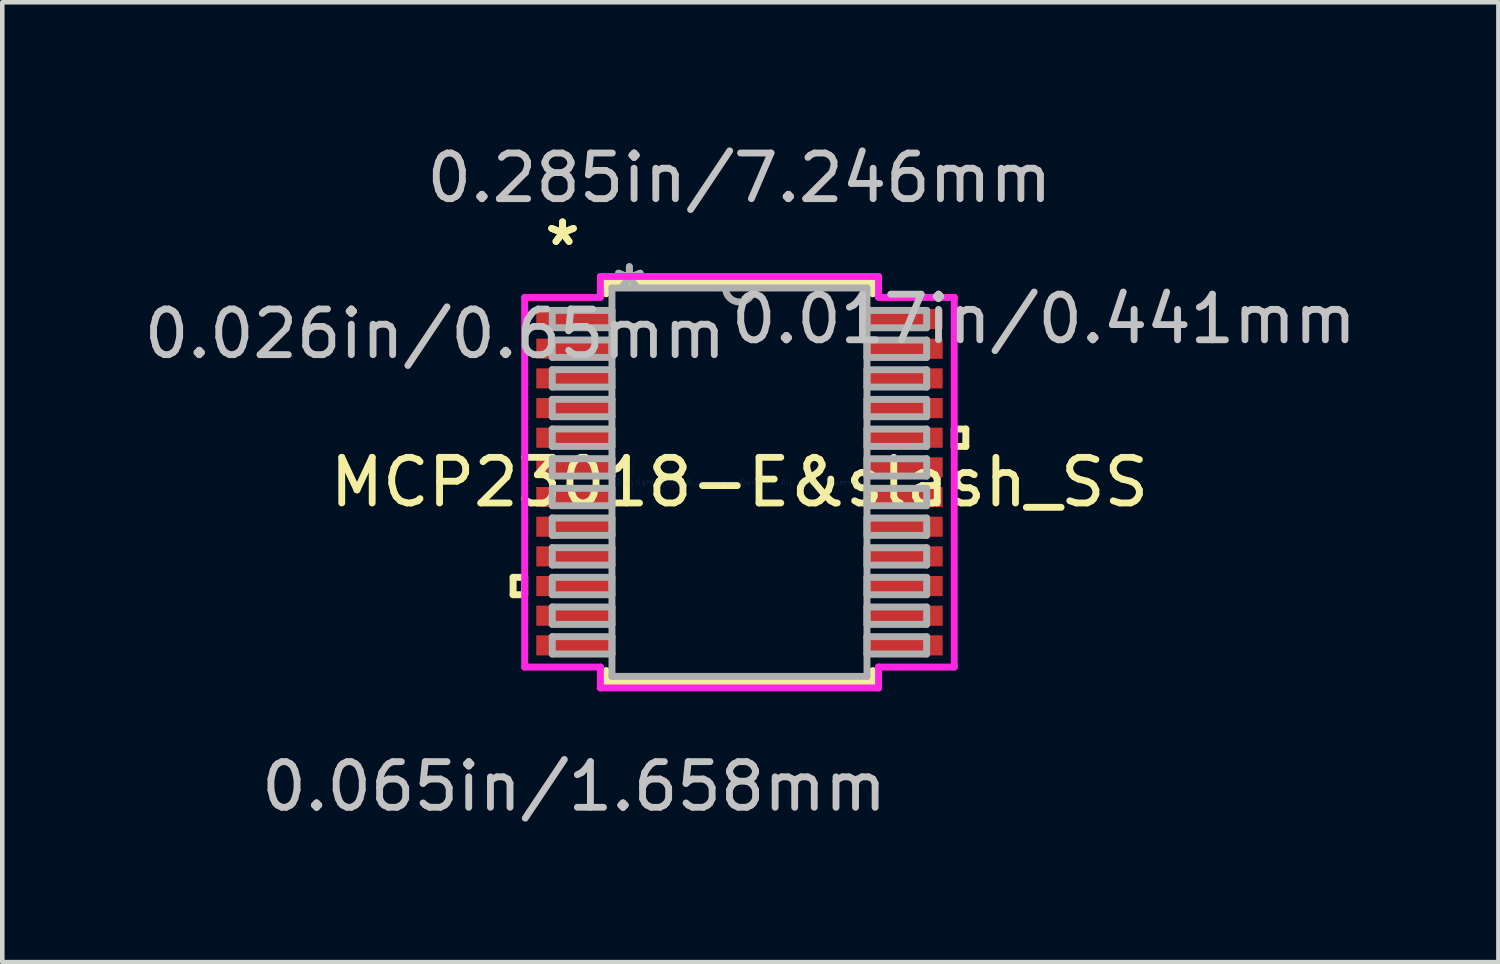
<source format=kicad_pcb>
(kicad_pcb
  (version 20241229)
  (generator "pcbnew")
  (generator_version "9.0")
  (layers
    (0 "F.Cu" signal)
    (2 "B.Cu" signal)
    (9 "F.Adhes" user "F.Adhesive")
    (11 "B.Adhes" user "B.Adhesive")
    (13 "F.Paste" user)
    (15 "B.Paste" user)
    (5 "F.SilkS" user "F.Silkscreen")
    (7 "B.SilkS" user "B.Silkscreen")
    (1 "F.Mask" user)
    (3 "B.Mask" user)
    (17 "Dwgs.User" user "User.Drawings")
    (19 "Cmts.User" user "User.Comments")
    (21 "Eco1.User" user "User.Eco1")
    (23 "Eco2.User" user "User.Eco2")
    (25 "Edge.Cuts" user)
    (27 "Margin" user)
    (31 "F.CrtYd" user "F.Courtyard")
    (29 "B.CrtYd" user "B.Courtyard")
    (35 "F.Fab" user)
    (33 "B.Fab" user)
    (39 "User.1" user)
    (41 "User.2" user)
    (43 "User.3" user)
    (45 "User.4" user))
  (footprint "MCP23018-E&slash_SS"
    (layer "F.Cu")
    (at 13.153 7.516)
    (property "Reference" "MCP23018-E&slash_SS" (at 0 0 0) (layer "F.SilkS") (effects (font (size 1 1) (thickness 0.15))))
    (attr through_hole)
    (fp_line (start -4.96 2.084) (end -4.96 2.465) (stroke (width 0.152) (type solid)) (layer "F.SilkS"))
    (fp_line (start -4.96 2.465) (end -4.706 2.465) (stroke (width 0.152) (type solid)) (layer "F.SilkS"))
    (fp_line (start -4.706 2.084) (end -4.96 2.084) (stroke (width 0.152) (type solid)) (layer "F.SilkS"))
    (fp_line (start -4.706 2.465) (end -4.706 2.084) (stroke (width 0.152) (type solid)) (layer "F.SilkS"))
    (fp_line (start -2.921 -4.381) (end -2.921 -4.128) (stroke (width 0.152) (type solid)) (layer "F.SilkS"))
    (fp_line (start -2.921 4.128) (end -2.921 4.381) (stroke (width 0.152) (type solid)) (layer "F.SilkS"))
    (fp_line (start -2.921 4.381) (end 2.921 4.381) (stroke (width 0.152) (type solid)) (layer "F.SilkS"))
    (fp_line (start 2.921 -4.381) (end -2.921 -4.381) (stroke (width 0.152) (type solid)) (layer "F.SilkS"))
    (fp_line (start 2.921 -4.128) (end 2.921 -4.381) (stroke (width 0.152) (type solid)) (layer "F.SilkS"))
    (fp_line (start 2.921 4.381) (end 2.921 4.128) (stroke (width 0.152) (type solid)) (layer "F.SilkS"))
    (fp_line (start 4.706 -1.165) (end 4.96 -1.165) (stroke (width 0.152) (type solid)) (layer "F.SilkS"))
    (fp_line (start 4.706 -0.784) (end 4.706 -1.165) (stroke (width 0.152) (type solid)) (layer "F.SilkS"))
    (fp_line (start 4.96 -1.165) (end 4.96 -0.784) (stroke (width 0.152) (type solid)) (layer "F.SilkS"))
    (fp_line (start 4.96 -0.784) (end 4.706 -0.784) (stroke (width 0.152) (type solid)) (layer "F.SilkS"))
    (fp_line (start -4.706 -4.05) (end -3.048 -4.05) (stroke (width 0.152) (type solid)) (layer "F.CrtYd"))
    (fp_line (start -4.706 4.05) (end -4.706 -4.05) (stroke (width 0.152) (type solid)) (layer "F.CrtYd"))
    (fp_line (start -3.048 -4.508) (end 3.048 -4.508) (stroke (width 0.152) (type solid)) (layer "F.CrtYd"))
    (fp_line (start -3.048 -4.05) (end -3.048 -4.508) (stroke (width 0.152) (type solid)) (layer "F.CrtYd"))
    (fp_line (start -3.048 4.05) (end -4.706 4.05) (stroke (width 0.152) (type solid)) (layer "F.CrtYd"))
    (fp_line (start -3.048 4.508) (end -3.048 4.05) (stroke (width 0.152) (type solid)) (layer "F.CrtYd"))
    (fp_line (start 3.048 -4.508) (end 3.048 -4.05) (stroke (width 0.152) (type solid)) (layer "F.CrtYd"))
    (fp_line (start 3.048 -4.05) (end 4.706 -4.05) (stroke (width 0.152) (type solid)) (layer "F.CrtYd"))
    (fp_line (start 3.048 4.05) (end 3.048 4.508) (stroke (width 0.152) (type solid)) (layer "F.CrtYd"))
    (fp_line (start 3.048 4.508) (end -3.048 4.508) (stroke (width 0.152) (type solid)) (layer "F.CrtYd"))
    (fp_line (start 4.706 -4.05) (end 4.706 4.05) (stroke (width 0.152) (type solid)) (layer "F.CrtYd"))
    (fp_line (start 4.706 4.05) (end 3.048 4.05) (stroke (width 0.152) (type solid)) (layer "F.CrtYd"))
    (fp_line (start -4.102 -3.765) (end -4.102 -3.385) (stroke (width 0.152) (type solid)) (layer "F.Fab"))
    (fp_line (start -4.102 -3.385) (end -2.794 -3.385) (stroke (width 0.152) (type solid)) (layer "F.Fab"))
    (fp_line (start -4.102 -3.116) (end -4.102 -2.735) (stroke (width 0.152) (type solid)) (layer "F.Fab"))
    (fp_line (start -4.102 -2.735) (end -2.794 -2.735) (stroke (width 0.152) (type solid)) (layer "F.Fab"))
    (fp_line (start -4.102 -2.466) (end -4.102 -2.085) (stroke (width 0.152) (type solid)) (layer "F.Fab"))
    (fp_line (start -4.102 -2.085) (end -2.794 -2.085) (stroke (width 0.152) (type solid)) (layer "F.Fab"))
    (fp_line (start -4.102 -1.816) (end -4.102 -1.435) (stroke (width 0.152) (type solid)) (layer "F.Fab"))
    (fp_line (start -4.102 -1.435) (end -2.794 -1.435) (stroke (width 0.152) (type solid)) (layer "F.Fab"))
    (fp_line (start -4.102 -1.166) (end -4.102 -0.785) (stroke (width 0.152) (type solid)) (layer "F.Fab"))
    (fp_line (start -4.102 -0.785) (end -2.794 -0.785) (stroke (width 0.152) (type solid)) (layer "F.Fab"))
    (fp_line (start -4.102 -0.516) (end -4.102 -0.135) (stroke (width 0.152) (type solid)) (layer "F.Fab"))
    (fp_line (start -4.102 -0.135) (end -2.794 -0.135) (stroke (width 0.152) (type solid)) (layer "F.Fab"))
    (fp_line (start -4.102 0.134) (end -4.102 0.515) (stroke (width 0.152) (type solid)) (layer "F.Fab"))
    (fp_line (start -4.102 0.515) (end -2.794 0.515) (stroke (width 0.152) (type solid)) (layer "F.Fab"))
    (fp_line (start -4.102 0.784) (end -4.102 1.165) (stroke (width 0.152) (type solid)) (layer "F.Fab"))
    (fp_line (start -4.102 1.165) (end -2.794 1.165) (stroke (width 0.152) (type solid)) (layer "F.Fab"))
    (fp_line (start -4.102 1.434) (end -4.102 1.815) (stroke (width 0.152) (type solid)) (layer "F.Fab"))
    (fp_line (start -4.102 1.815) (end -2.794 1.815) (stroke (width 0.152) (type solid)) (layer "F.Fab"))
    (fp_line (start -4.102 2.084) (end -4.102 2.465) (stroke (width 0.152) (type solid)) (layer "F.Fab"))
    (fp_line (start -4.102 2.465) (end -2.794 2.465) (stroke (width 0.152) (type solid)) (layer "F.Fab"))
    (fp_line (start -4.102 2.734) (end -4.102 3.115) (stroke (width 0.152) (type solid)) (layer "F.Fab"))
    (fp_line (start -4.102 3.115) (end -2.794 3.115) (stroke (width 0.152) (type solid)) (layer "F.Fab"))
    (fp_line (start -4.102 3.384) (end -4.102 3.765) (stroke (width 0.152) (type solid)) (layer "F.Fab"))
    (fp_line (start -4.102 3.765) (end -2.794 3.765) (stroke (width 0.152) (type solid)) (layer "F.Fab"))
    (fp_line (start -2.794 -4.255) (end -2.794 4.255) (stroke (width 0.152) (type solid)) (layer "F.Fab"))
    (fp_line (start -2.794 -3.765) (end -4.102 -3.765) (stroke (width 0.152) (type solid)) (layer "F.Fab"))
    (fp_line (start -2.794 -3.385) (end -2.794 -3.765) (stroke (width 0.152) (type solid)) (layer "F.Fab"))
    (fp_line (start -2.794 -3.116) (end -4.102 -3.116) (stroke (width 0.152) (type solid)) (layer "F.Fab"))
    (fp_line (start -2.794 -2.735) (end -2.794 -3.116) (stroke (width 0.152) (type solid)) (layer "F.Fab"))
    (fp_line (start -2.794 -2.466) (end -4.102 -2.466) (stroke (width 0.152) (type solid)) (layer "F.Fab"))
    (fp_line (start -2.794 -2.085) (end -2.794 -2.466) (stroke (width 0.152) (type solid)) (layer "F.Fab"))
    (fp_line (start -2.794 -1.816) (end -4.102 -1.816) (stroke (width 0.152) (type solid)) (layer "F.Fab"))
    (fp_line (start -2.794 -1.435) (end -2.794 -1.816) (stroke (width 0.152) (type solid)) (layer "F.Fab"))
    (fp_line (start -2.794 -1.166) (end -4.102 -1.166) (stroke (width 0.152) (type solid)) (layer "F.Fab"))
    (fp_line (start -2.794 -0.785) (end -2.794 -1.166) (stroke (width 0.152) (type solid)) (layer "F.Fab"))
    (fp_line (start -2.794 -0.516) (end -4.102 -0.516) (stroke (width 0.152) (type solid)) (layer "F.Fab"))
    (fp_line (start -2.794 -0.135) (end -2.794 -0.516) (stroke (width 0.152) (type solid)) (layer "F.Fab"))
    (fp_line (start -2.794 0.134) (end -4.102 0.134) (stroke (width 0.152) (type solid)) (layer "F.Fab"))
    (fp_line (start -2.794 0.515) (end -2.794 0.134) (stroke (width 0.152) (type solid)) (layer "F.Fab"))
    (fp_line (start -2.794 0.784) (end -4.102 0.784) (stroke (width 0.152) (type solid)) (layer "F.Fab"))
    (fp_line (start -2.794 1.165) (end -2.794 0.784) (stroke (width 0.152) (type solid)) (layer "F.Fab"))
    (fp_line (start -2.794 1.434) (end -4.102 1.434) (stroke (width 0.152) (type solid)) (layer "F.Fab"))
    (fp_line (start -2.794 1.815) (end -2.794 1.434) (stroke (width 0.152) (type solid)) (layer "F.Fab"))
    (fp_line (start -2.794 2.084) (end -4.102 2.084) (stroke (width 0.152) (type solid)) (layer "F.Fab"))
    (fp_line (start -2.794 2.465) (end -2.794 2.084) (stroke (width 0.152) (type solid)) (layer "F.Fab"))
    (fp_line (start -2.794 2.734) (end -4.102 2.734) (stroke (width 0.152) (type solid)) (layer "F.Fab"))
    (fp_line (start -2.794 3.115) (end -2.794 2.734) (stroke (width 0.152) (type solid)) (layer "F.Fab"))
    (fp_line (start -2.794 3.384) (end -4.102 3.384) (stroke (width 0.152) (type solid)) (layer "F.Fab"))
    (fp_line (start -2.794 3.765) (end -2.794 3.384) (stroke (width 0.152) (type solid)) (layer "F.Fab"))
    (fp_line (start -2.794 4.255) (end 2.794 4.255) (stroke (width 0.152) (type solid)) (layer "F.Fab"))
    (fp_line (start 2.794 -4.255) (end -2.794 -4.255) (stroke (width 0.152) (type solid)) (layer "F.Fab"))
    (fp_line (start 2.794 -3.765) (end 2.794 -3.384) (stroke (width 0.152) (type solid)) (layer "F.Fab"))
    (fp_line (start 2.794 -3.384) (end 4.102 -3.384) (stroke (width 0.152) (type solid)) (layer "F.Fab"))
    (fp_line (start 2.794 -3.115) (end 2.794 -2.734) (stroke (width 0.152) (type solid)) (layer "F.Fab"))
    (fp_line (start 2.794 -2.734) (end 4.102 -2.734) (stroke (width 0.152) (type solid)) (layer "F.Fab"))
    (fp_line (start 2.794 -2.465) (end 2.794 -2.084) (stroke (width 0.152) (type solid)) (layer "F.Fab"))
    (fp_line (start 2.794 -2.084) (end 4.102 -2.084) (stroke (width 0.152) (type solid)) (layer "F.Fab"))
    (fp_line (start 2.794 -1.815) (end 2.794 -1.434) (stroke (width 0.152) (type solid)) (layer "F.Fab"))
    (fp_line (start 2.794 -1.434) (end 4.102 -1.434) (stroke (width 0.152) (type solid)) (layer "F.Fab"))
    (fp_line (start 2.794 -1.165) (end 2.794 -0.784) (stroke (width 0.152) (type solid)) (layer "F.Fab"))
    (fp_line (start 2.794 -0.784) (end 4.102 -0.784) (stroke (width 0.152) (type solid)) (layer "F.Fab"))
    (fp_line (start 2.794 -0.515) (end 2.794 -0.134) (stroke (width 0.152) (type solid)) (layer "F.Fab"))
    (fp_line (start 2.794 -0.134) (end 4.102 -0.134) (stroke (width 0.152) (type solid)) (layer "F.Fab"))
    (fp_line (start 2.794 0.135) (end 2.794 0.516) (stroke (width 0.152) (type solid)) (layer "F.Fab"))
    (fp_line (start 2.794 0.516) (end 4.102 0.516) (stroke (width 0.152) (type solid)) (layer "F.Fab"))
    (fp_line (start 2.794 0.785) (end 2.794 1.166) (stroke (width 0.152) (type solid)) (layer "F.Fab"))
    (fp_line (start 2.794 1.166) (end 4.102 1.166) (stroke (width 0.152) (type solid)) (layer "F.Fab"))
    (fp_line (start 2.794 1.435) (end 2.794 1.816) (stroke (width 0.152) (type solid)) (layer "F.Fab"))
    (fp_line (start 2.794 1.816) (end 4.102 1.816) (stroke (width 0.152) (type solid)) (layer "F.Fab"))
    (fp_line (start 2.794 2.084) (end 2.794 2.466) (stroke (width 0.152) (type solid)) (layer "F.Fab"))
    (fp_line (start 2.794 2.466) (end 4.102 2.466) (stroke (width 0.152) (type solid)) (layer "F.Fab"))
    (fp_line (start 2.794 2.735) (end 2.794 3.115) (stroke (width 0.152) (type solid)) (layer "F.Fab"))
    (fp_line (start 2.794 3.115) (end 4.102 3.115) (stroke (width 0.152) (type solid)) (layer "F.Fab"))
    (fp_line (start 2.794 3.385) (end 2.794 3.765) (stroke (width 0.152) (type solid)) (layer "F.Fab"))
    (fp_line (start 2.794 3.765) (end 4.102 3.765) (stroke (width 0.152) (type solid)) (layer "F.Fab"))
    (fp_line (start 2.794 4.255) (end 2.794 -4.255) (stroke (width 0.152) (type solid)) (layer "F.Fab"))
    (fp_line (start 4.102 -3.765) (end 2.794 -3.765) (stroke (width 0.152) (type solid)) (layer "F.Fab"))
    (fp_line (start 4.102 -3.384) (end 4.102 -3.765) (stroke (width 0.152) (type solid)) (layer "F.Fab"))
    (fp_line (start 4.102 -3.115) (end 2.794 -3.115) (stroke (width 0.152) (type solid)) (layer "F.Fab"))
    (fp_line (start 4.102 -2.734) (end 4.102 -3.115) (stroke (width 0.152) (type solid)) (layer "F.Fab"))
    (fp_line (start 4.102 -2.465) (end 2.794 -2.465) (stroke (width 0.152) (type solid)) (layer "F.Fab"))
    (fp_line (start 4.102 -2.084) (end 4.102 -2.465) (stroke (width 0.152) (type solid)) (layer "F.Fab"))
    (fp_line (start 4.102 -1.815) (end 2.794 -1.815) (stroke (width 0.152) (type solid)) (layer "F.Fab"))
    (fp_line (start 4.102 -1.434) (end 4.102 -1.815) (stroke (width 0.152) (type solid)) (layer "F.Fab"))
    (fp_line (start 4.102 -1.165) (end 2.794 -1.165) (stroke (width 0.152) (type solid)) (layer "F.Fab"))
    (fp_line (start 4.102 -0.784) (end 4.102 -1.165) (stroke (width 0.152) (type solid)) (layer "F.Fab"))
    (fp_line (start 4.102 -0.515) (end 2.794 -0.515) (stroke (width 0.152) (type solid)) (layer "F.Fab"))
    (fp_line (start 4.102 -0.134) (end 4.102 -0.515) (stroke (width 0.152) (type solid)) (layer "F.Fab"))
    (fp_line (start 4.102 0.135) (end 2.794 0.135) (stroke (width 0.152) (type solid)) (layer "F.Fab"))
    (fp_line (start 4.102 0.516) (end 4.102 0.135) (stroke (width 0.152) (type solid)) (layer "F.Fab"))
    (fp_line (start 4.102 0.785) (end 2.794 0.785) (stroke (width 0.152) (type solid)) (layer "F.Fab"))
    (fp_line (start 4.102 1.166) (end 4.102 0.785) (stroke (width 0.152) (type solid)) (layer "F.Fab"))
    (fp_line (start 4.102 1.435) (end 2.794 1.435) (stroke (width 0.152) (type solid)) (layer "F.Fab"))
    (fp_line (start 4.102 1.816) (end 4.102 1.435) (stroke (width 0.152) (type solid)) (layer "F.Fab"))
    (fp_line (start 4.102 2.084) (end 2.794 2.084) (stroke (width 0.152) (type solid)) (layer "F.Fab"))
    (fp_line (start 4.102 2.466) (end 4.102 2.084) (stroke (width 0.152) (type solid)) (layer "F.Fab"))
    (fp_line (start 4.102 2.735) (end 2.794 2.735) (stroke (width 0.152) (type solid)) (layer "F.Fab"))
    (fp_line (start 4.102 3.115) (end 4.102 2.735) (stroke (width 0.152) (type solid)) (layer "F.Fab"))
    (fp_line (start 4.102 3.385) (end 2.794 3.385) (stroke (width 0.152) (type solid)) (layer "F.Fab"))
    (fp_line (start 4.102 3.765) (end 4.102 3.385) (stroke (width 0.152) (type solid)) (layer "F.Fab"))
    (fp_arc (start 0.3048 -4.2545) (mid 0 -3.9497) (end -0.3048 -4.2545) (stroke (width 0.1524) (type solid)) (layer "F.Fab"))
    (fp_text user "*" (at -3.877 -5.159 0) (layer "F.SilkS") (effects (font (size 1 1) (thickness 0.15))))
    (fp_text user "*" (at -3.877 -5.159 0) (layer "F.SilkS") (effects (font (size 1 1) (thickness 0.15))))
    (fp_text user "0.285in/7.246mm" (at 0 -6.668 0) (layer "Dwgs.User") (effects (font (size 1 1) (thickness 0.15))))
    (fp_text user "0.017in/0.441mm" (at 6.671 -3.575 0) (layer "Dwgs.User") (effects (font (size 1 1) (thickness 0.15))))
    (fp_text user "0.065in/1.658mm" (at -3.623 6.668 0) (layer "Dwgs.User") (effects (font (size 1 1) (thickness 0.15))))
    (fp_text user "0.026in/0.65mm" (at -6.671 -3.25 0) (layer "Dwgs.User") (effects (font (size 1 1) (thickness 0.15))))
    (fp_text user "Copyright 2016 Accelerated Designs. All rights reserved." (at 0 0 0) (layer "Cmts.User") (effects (font (size 0.127 0.127) (thickness 0.002))))
    (fp_text user "*" (at -2.413 -4.178 0) (layer "F.Fab") (effects (font (size 1 1) (thickness 0.15))))
    (fp_text user "*" (at -2.413 -4.178 0) (layer "F.Fab") (effects (font (size 1 1) (thickness 0.15))))
    (pad "1" smd rect (at -3.623 -3.575) (size 1.658 0.441) (layers "F.Cu" "F.Mask" "F.Paste"))
    (pad "2" smd rect (at -3.623 -2.925) (size 1.658 0.441) (layers "F.Cu" "F.Mask" "F.Paste"))
    (pad "3" smd rect (at -3.623 -2.275) (size 1.658 0.441) (layers "F.Cu" "F.Mask" "F.Paste"))
    (pad "4" smd rect (at -3.623 -1.625) (size 1.658 0.441) (layers "F.Cu" "F.Mask" "F.Paste"))
    (pad "5" smd rect (at -3.623 -0.975) (size 1.658 0.441) (layers "F.Cu" "F.Mask" "F.Paste"))
    (pad "6" smd rect (at -3.623 -0.325) (size 1.658 0.441) (layers "F.Cu" "F.Mask" "F.Paste"))
    (pad "7" smd rect (at -3.623 0.325) (size 1.658 0.441) (layers "F.Cu" "F.Mask" "F.Paste"))
    (pad "8" smd rect (at -3.623 0.975) (size 1.658 0.441) (layers "F.Cu" "F.Mask" "F.Paste"))
    (pad "9" smd rect (at -3.623 1.625) (size 1.658 0.441) (layers "F.Cu" "F.Mask" "F.Paste"))
    (pad "10" smd rect (at -3.623 2.275) (size 1.658 0.441) (layers "F.Cu" "F.Mask" "F.Paste"))
    (pad "11" smd rect (at -3.623 2.925) (size 1.658 0.441) (layers "F.Cu" "F.Mask" "F.Paste"))
    (pad "12" smd rect (at -3.623 3.575) (size 1.658 0.441) (layers "F.Cu" "F.Mask" "F.Paste"))
    (pad "13" smd rect (at 3.623 3.575) (size 1.658 0.441) (layers "F.Cu" "F.Mask" "F.Paste"))
    (pad "14" smd rect (at 3.623 2.925) (size 1.658 0.441) (layers "F.Cu" "F.Mask" "F.Paste"))
    (pad "15" smd rect (at 3.623 2.275) (size 1.658 0.441) (layers "F.Cu" "F.Mask" "F.Paste"))
    (pad "16" smd rect (at 3.623 1.625) (size 1.658 0.441) (layers "F.Cu" "F.Mask" "F.Paste"))
    (pad "17" smd rect (at 3.623 0.975) (size 1.658 0.441) (layers "F.Cu" "F.Mask" "F.Paste"))
    (pad "18" smd rect (at 3.623 0.325) (size 1.658 0.441) (layers "F.Cu" "F.Mask" "F.Paste"))
    (pad "19" smd rect (at 3.623 -0.325) (size 1.658 0.441) (layers "F.Cu" "F.Mask" "F.Paste"))
    (pad "20" smd rect (at 3.623 -0.975) (size 1.658 0.441) (layers "F.Cu" "F.Mask" "F.Paste"))
    (pad "21" smd rect (at 3.623 -1.625) (size 1.658 0.441) (layers "F.Cu" "F.Mask" "F.Paste"))
    (pad "22" smd rect (at 3.623 -2.275) (size 1.658 0.441) (layers "F.Cu" "F.Mask" "F.Paste"))
    (pad "23" smd rect (at 3.623 -2.925) (size 1.658 0.441) (layers "F.Cu" "F.Mask" "F.Paste"))
    (pad "24" smd rect (at 3.623 -3.575) (size 1.658 0.441) (layers "F.Cu" "F.Mask" "F.Paste")))
  (gr_rect
    (start -3 -3)
    (end 29.783 18.032)
    (stroke (width 0.1) (type default))
    (fill no)
    (layer "Edge.Cuts")))
</source>
